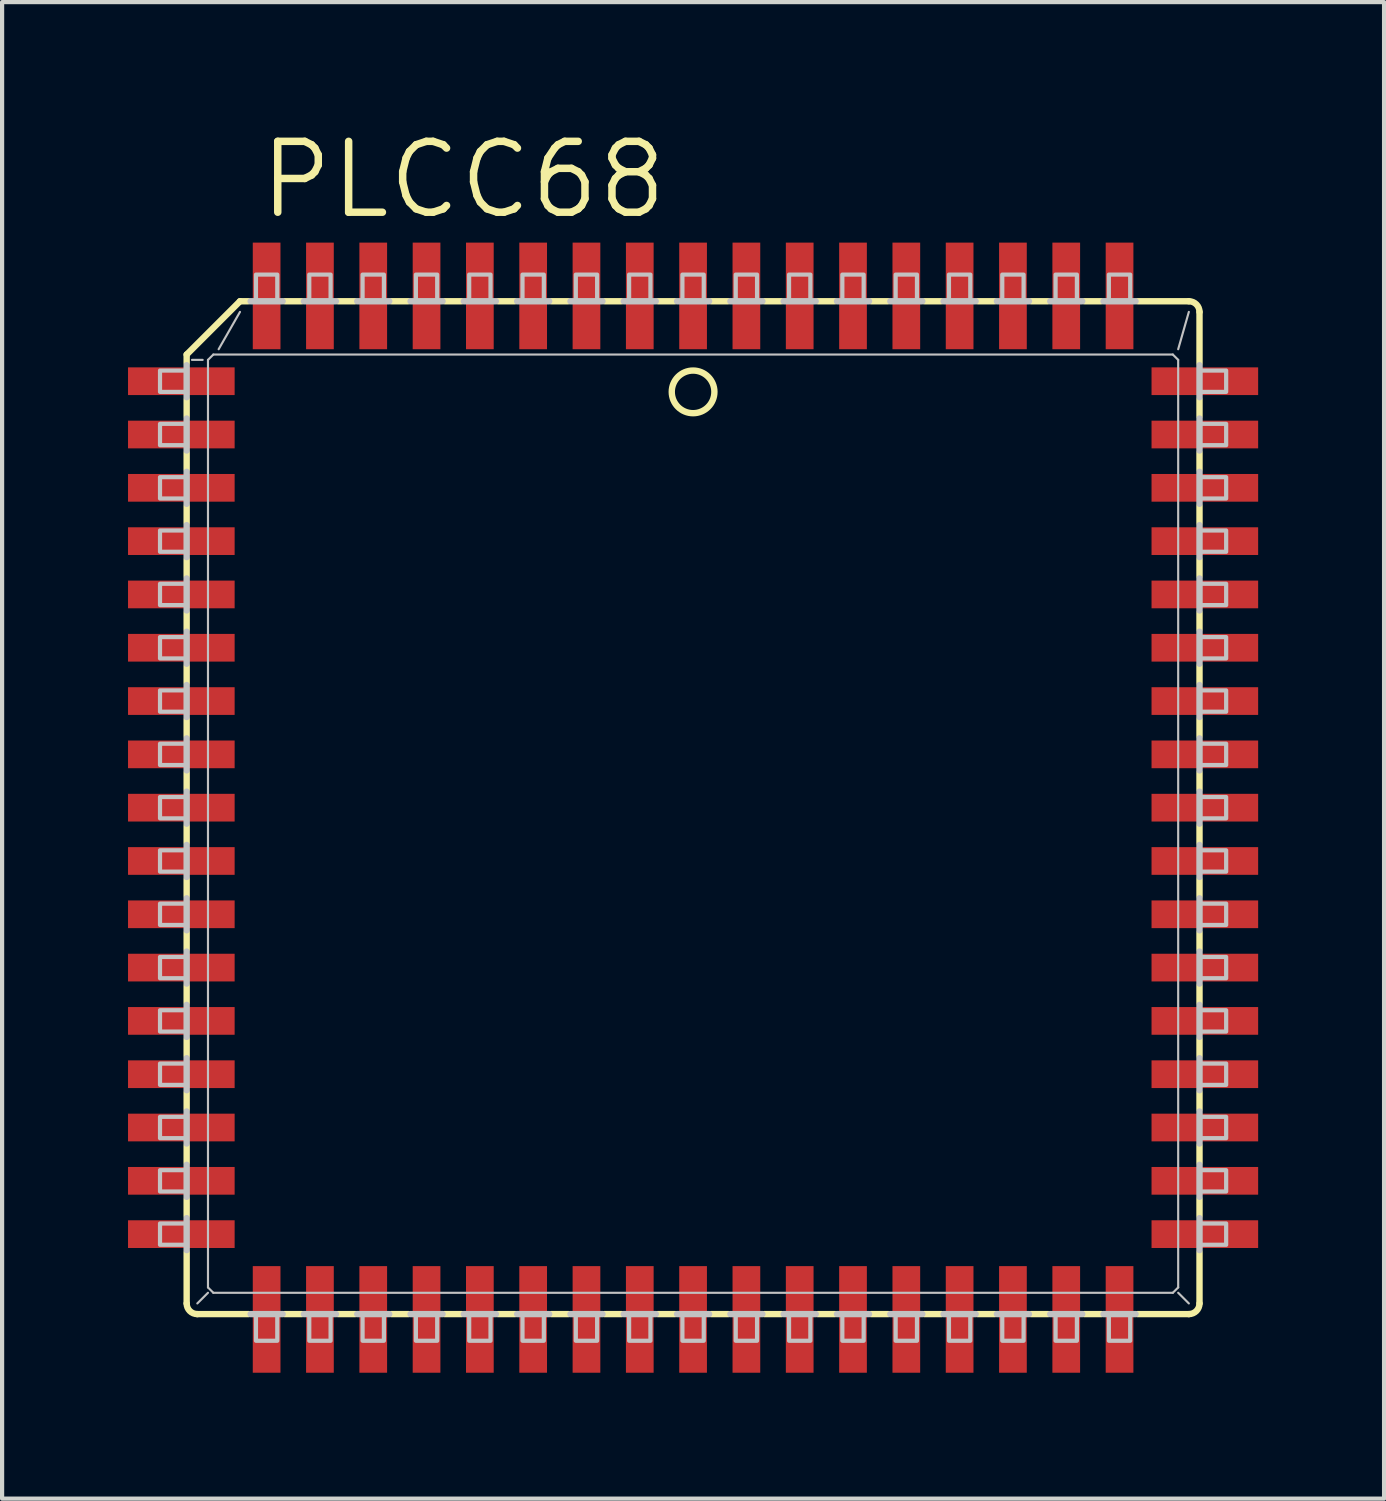
<source format=kicad_pcb>
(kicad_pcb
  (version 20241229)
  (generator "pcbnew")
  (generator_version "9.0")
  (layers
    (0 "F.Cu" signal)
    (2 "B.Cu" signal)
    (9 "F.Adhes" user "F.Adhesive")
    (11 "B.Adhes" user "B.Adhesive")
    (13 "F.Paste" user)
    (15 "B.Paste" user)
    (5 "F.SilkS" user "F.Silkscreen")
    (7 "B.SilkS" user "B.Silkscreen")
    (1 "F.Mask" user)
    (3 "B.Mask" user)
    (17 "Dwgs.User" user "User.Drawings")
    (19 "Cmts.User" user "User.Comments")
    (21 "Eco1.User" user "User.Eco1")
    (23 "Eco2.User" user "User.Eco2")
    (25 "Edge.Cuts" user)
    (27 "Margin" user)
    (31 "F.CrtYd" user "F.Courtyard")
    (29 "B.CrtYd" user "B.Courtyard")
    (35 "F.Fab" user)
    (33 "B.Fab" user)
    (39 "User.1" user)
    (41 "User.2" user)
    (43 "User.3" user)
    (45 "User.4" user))
  (footprint "PLCC68"
    (layer "F.Cu")
    (at 13.462 16.192)
    (property "Reference" "PLCC68" (at -10.414 -13.97 0) (layer "F.SilkS") (effects (font (size 1.689 1.689) (thickness 0.178)) (justify left bottom)))
    (attr through_hole)
    (fp_line (start -12.065 -10.795) (end -12.065 -10.592) (stroke (width 0.152) (type solid)) (layer "F.SilkS"))
    (fp_line (start -12.065 -10.795) (end -10.795 -12.065) (stroke (width 0.152) (type solid)) (layer "F.SilkS"))
    (fp_line (start -12.065 -9.728) (end -12.065 -9.322) (stroke (width 0.152) (type solid)) (layer "F.SilkS"))
    (fp_line (start -12.065 -8.458) (end -12.065 -8.052) (stroke (width 0.152) (type solid)) (layer "F.SilkS"))
    (fp_line (start -12.065 -7.188) (end -12.065 -6.782) (stroke (width 0.152) (type solid)) (layer "F.SilkS"))
    (fp_line (start -12.065 -5.918) (end -12.065 -5.512) (stroke (width 0.152) (type solid)) (layer "F.SilkS"))
    (fp_line (start -12.065 -4.648) (end -12.065 -4.242) (stroke (width 0.152) (type solid)) (layer "F.SilkS"))
    (fp_line (start -12.065 -3.378) (end -12.065 -2.972) (stroke (width 0.152) (type solid)) (layer "F.SilkS"))
    (fp_line (start -12.065 -1.702) (end -12.065 -2.108) (stroke (width 0.152) (type solid)) (layer "F.SilkS"))
    (fp_line (start -12.065 -0.838) (end -12.065 -0.432) (stroke (width 0.152) (type solid)) (layer "F.SilkS"))
    (fp_line (start -12.065 0.838) (end -12.065 0.432) (stroke (width 0.152) (type solid)) (layer "F.SilkS"))
    (fp_line (start -12.065 1.702) (end -12.065 2.108) (stroke (width 0.152) (type solid)) (layer "F.SilkS"))
    (fp_line (start -12.065 3.378) (end -12.065 2.972) (stroke (width 0.152) (type solid)) (layer "F.SilkS"))
    (fp_line (start -12.065 4.242) (end -12.065 4.648) (stroke (width 0.152) (type solid)) (layer "F.SilkS"))
    (fp_line (start -12.065 5.918) (end -12.065 5.512) (stroke (width 0.152) (type solid)) (layer "F.SilkS"))
    (fp_line (start -12.065 6.782) (end -12.065 7.188) (stroke (width 0.152) (type solid)) (layer "F.SilkS"))
    (fp_line (start -12.065 8.458) (end -12.065 8.052) (stroke (width 0.152) (type solid)) (layer "F.SilkS"))
    (fp_line (start -12.065 9.322) (end -12.065 9.728) (stroke (width 0.152) (type solid)) (layer "F.SilkS"))
    (fp_line (start -12.065 11.811) (end -12.065 10.592) (stroke (width 0.152) (type solid)) (layer "F.SilkS"))
    (fp_line (start -11.811 12.065) (end -10.592 12.065) (stroke (width 0.152) (type solid)) (layer "F.SilkS"))
    (fp_line (start -10.795 -12.065) (end -10.592 -12.065) (stroke (width 0.152) (type solid)) (layer "F.SilkS"))
    (fp_line (start -9.728 12.065) (end -9.322 12.065) (stroke (width 0.152) (type solid)) (layer "F.SilkS"))
    (fp_line (start -9.322 -12.065) (end -9.728 -12.065) (stroke (width 0.152) (type solid)) (layer "F.SilkS"))
    (fp_line (start -8.458 -12.065) (end -8.052 -12.065) (stroke (width 0.152) (type solid)) (layer "F.SilkS"))
    (fp_line (start -8.458 12.065) (end -8.052 12.065) (stroke (width 0.152) (type solid)) (layer "F.SilkS"))
    (fp_line (start -7.188 12.065) (end -6.782 12.065) (stroke (width 0.152) (type solid)) (layer "F.SilkS"))
    (fp_line (start -6.782 -12.065) (end -7.188 -12.065) (stroke (width 0.152) (type solid)) (layer "F.SilkS"))
    (fp_line (start -5.918 -12.065) (end -5.512 -12.065) (stroke (width 0.152) (type solid)) (layer "F.SilkS"))
    (fp_line (start -5.918 12.065) (end -5.512 12.065) (stroke (width 0.152) (type solid)) (layer "F.SilkS"))
    (fp_line (start -4.648 12.065) (end -4.242 12.065) (stroke (width 0.152) (type solid)) (layer "F.SilkS"))
    (fp_line (start -4.242 -12.065) (end -4.648 -12.065) (stroke (width 0.152) (type solid)) (layer "F.SilkS"))
    (fp_line (start -3.378 -12.065) (end -2.972 -12.065) (stroke (width 0.152) (type solid)) (layer "F.SilkS"))
    (fp_line (start -3.378 12.065) (end -2.972 12.065) (stroke (width 0.152) (type solid)) (layer "F.SilkS"))
    (fp_line (start -1.702 -12.065) (end -2.108 -12.065) (stroke (width 0.152) (type solid)) (layer "F.SilkS"))
    (fp_line (start -1.702 12.065) (end -2.108 12.065) (stroke (width 0.152) (type solid)) (layer "F.SilkS"))
    (fp_line (start -0.838 -12.065) (end -0.432 -12.065) (stroke (width 0.152) (type solid)) (layer "F.SilkS"))
    (fp_line (start -0.838 12.065) (end -0.432 12.065) (stroke (width 0.152) (type solid)) (layer "F.SilkS"))
    (fp_line (start 0.838 -12.065) (end 0.432 -12.065) (stroke (width 0.152) (type solid)) (layer "F.SilkS"))
    (fp_line (start 0.838 12.065) (end 0.432 12.065) (stroke (width 0.152) (type solid)) (layer "F.SilkS"))
    (fp_line (start 1.702 -12.065) (end 2.108 -12.065) (stroke (width 0.152) (type solid)) (layer "F.SilkS"))
    (fp_line (start 1.702 12.065) (end 2.108 12.065) (stroke (width 0.152) (type solid)) (layer "F.SilkS"))
    (fp_line (start 3.378 -12.065) (end 2.972 -12.065) (stroke (width 0.152) (type solid)) (layer "F.SilkS"))
    (fp_line (start 3.378 12.065) (end 2.972 12.065) (stroke (width 0.152) (type solid)) (layer "F.SilkS"))
    (fp_line (start 4.242 12.065) (end 4.648 12.065) (stroke (width 0.152) (type solid)) (layer "F.SilkS"))
    (fp_line (start 4.648 -12.065) (end 4.242 -12.065) (stroke (width 0.152) (type solid)) (layer "F.SilkS"))
    (fp_line (start 5.918 -12.065) (end 5.512 -12.065) (stroke (width 0.152) (type solid)) (layer "F.SilkS"))
    (fp_line (start 5.918 12.065) (end 5.512 12.065) (stroke (width 0.152) (type solid)) (layer "F.SilkS"))
    (fp_line (start 6.782 12.065) (end 7.188 12.065) (stroke (width 0.152) (type solid)) (layer "F.SilkS"))
    (fp_line (start 7.188 -12.065) (end 6.782 -12.065) (stroke (width 0.152) (type solid)) (layer "F.SilkS"))
    (fp_line (start 8.458 -12.065) (end 8.052 -12.065) (stroke (width 0.152) (type solid)) (layer "F.SilkS"))
    (fp_line (start 8.458 12.065) (end 8.052 12.065) (stroke (width 0.152) (type solid)) (layer "F.SilkS"))
    (fp_line (start 9.322 12.065) (end 9.728 12.065) (stroke (width 0.152) (type solid)) (layer "F.SilkS"))
    (fp_line (start 9.728 -12.065) (end 9.322 -12.065) (stroke (width 0.152) (type solid)) (layer "F.SilkS"))
    (fp_line (start 11.811 -12.065) (end 10.592 -12.065) (stroke (width 0.152) (type solid)) (layer "F.SilkS"))
    (fp_line (start 11.811 12.065) (end 10.592 12.065) (stroke (width 0.152) (type solid)) (layer "F.SilkS"))
    (fp_line (start 12.065 -11.811) (end 12.065 -10.592) (stroke (width 0.152) (type solid)) (layer "F.SilkS"))
    (fp_line (start 12.065 -9.322) (end 12.065 -9.728) (stroke (width 0.152) (type solid)) (layer "F.SilkS"))
    (fp_line (start 12.065 -8.458) (end 12.065 -8.052) (stroke (width 0.152) (type solid)) (layer "F.SilkS"))
    (fp_line (start 12.065 -6.782) (end 12.065 -7.188) (stroke (width 0.152) (type solid)) (layer "F.SilkS"))
    (fp_line (start 12.065 -5.918) (end 12.065 -5.512) (stroke (width 0.152) (type solid)) (layer "F.SilkS"))
    (fp_line (start 12.065 -4.242) (end 12.065 -4.648) (stroke (width 0.152) (type solid)) (layer "F.SilkS"))
    (fp_line (start 12.065 -3.378) (end 12.065 -2.972) (stroke (width 0.152) (type solid)) (layer "F.SilkS"))
    (fp_line (start 12.065 -1.702) (end 12.065 -2.108) (stroke (width 0.152) (type solid)) (layer "F.SilkS"))
    (fp_line (start 12.065 -0.838) (end 12.065 -0.432) (stroke (width 0.152) (type solid)) (layer "F.SilkS"))
    (fp_line (start 12.065 0.838) (end 12.065 0.432) (stroke (width 0.152) (type solid)) (layer "F.SilkS"))
    (fp_line (start 12.065 1.702) (end 12.065 2.108) (stroke (width 0.152) (type solid)) (layer "F.SilkS"))
    (fp_line (start 12.065 3.378) (end 12.065 2.972) (stroke (width 0.152) (type solid)) (layer "F.SilkS"))
    (fp_line (start 12.065 4.648) (end 12.065 4.242) (stroke (width 0.152) (type solid)) (layer "F.SilkS"))
    (fp_line (start 12.065 5.918) (end 12.065 5.512) (stroke (width 0.152) (type solid)) (layer "F.SilkS"))
    (fp_line (start 12.065 7.188) (end 12.065 6.782) (stroke (width 0.152) (type solid)) (layer "F.SilkS"))
    (fp_line (start 12.065 8.458) (end 12.065 8.052) (stroke (width 0.152) (type solid)) (layer "F.SilkS"))
    (fp_line (start 12.065 9.728) (end 12.065 9.322) (stroke (width 0.152) (type solid)) (layer "F.SilkS"))
    (fp_line (start 12.065 11.811) (end 12.065 10.592) (stroke (width 0.152) (type solid)) (layer "F.SilkS"))
    (fp_arc (start -11.811 12.065) (mid -11.990605 11.990605) (end -12.065 11.811) (stroke (width 0.1524) (type solid)) (layer "F.SilkS"))
    (fp_arc (start 11.811 -12.065) (mid 11.990605 -11.990605) (end 12.065 -11.811) (stroke (width 0.1524) (type solid)) (layer "F.SilkS"))
    (fp_arc (start 12.065 11.811) (mid 11.990605 11.990605) (end 11.811 12.065) (stroke (width 0.1524) (type solid)) (layer "F.SilkS"))
    (fp_circle (center 0 -9.906) (end 0.508 -9.906) (stroke (width 0.152) (type solid)) (fill no) (layer "F.SilkS"))
    (fp_line (start -12.065 -10.541) (end -12.065 -9.779) (stroke (width 0.152) (type solid)) (layer "Dwgs.User"))
    (fp_line (start -12.065 -9.271) (end -12.065 -8.509) (stroke (width 0.152) (type solid)) (layer "Dwgs.User"))
    (fp_line (start -12.065 -8.001) (end -12.065 -7.239) (stroke (width 0.152) (type solid)) (layer "Dwgs.User"))
    (fp_line (start -12.065 -6.731) (end -12.065 -5.969) (stroke (width 0.152) (type solid)) (layer "Dwgs.User"))
    (fp_line (start -12.065 -5.461) (end -12.065 -4.699) (stroke (width 0.152) (type solid)) (layer "Dwgs.User"))
    (fp_line (start -12.065 -4.191) (end -12.065 -3.429) (stroke (width 0.152) (type solid)) (layer "Dwgs.User"))
    (fp_line (start -12.065 -2.921) (end -12.065 -2.159) (stroke (width 0.152) (type solid)) (layer "Dwgs.User"))
    (fp_line (start -12.065 -1.651) (end -12.065 -0.889) (stroke (width 0.152) (type solid)) (layer "Dwgs.User"))
    (fp_line (start -12.065 -0.381) (end -12.065 0.381) (stroke (width 0.152) (type solid)) (layer "Dwgs.User"))
    (fp_line (start -12.065 0.889) (end -12.065 1.651) (stroke (width 0.152) (type solid)) (layer "Dwgs.User"))
    (fp_line (start -12.065 2.159) (end -12.065 2.921) (stroke (width 0.152) (type solid)) (layer "Dwgs.User"))
    (fp_line (start -12.065 3.429) (end -12.065 4.191) (stroke (width 0.152) (type solid)) (layer "Dwgs.User"))
    (fp_line (start -12.065 4.699) (end -12.065 5.461) (stroke (width 0.152) (type solid)) (layer "Dwgs.User"))
    (fp_line (start -12.065 5.969) (end -12.065 6.731) (stroke (width 0.152) (type solid)) (layer "Dwgs.User"))
    (fp_line (start -12.065 7.239) (end -12.065 8.001) (stroke (width 0.152) (type solid)) (layer "Dwgs.User"))
    (fp_line (start -12.065 8.509) (end -12.065 9.271) (stroke (width 0.152) (type solid)) (layer "Dwgs.User"))
    (fp_line (start -12.065 9.779) (end -12.065 10.541) (stroke (width 0.152) (type solid)) (layer "Dwgs.User"))
    (fp_line (start -11.684 -10.668) (end -11.938 -10.668) (stroke (width 0.051) (type solid)) (layer "Dwgs.User"))
    (fp_line (start -11.557 11.43) (end -11.557 -10.668) (stroke (width 0.051) (type solid)) (layer "Dwgs.User"))
    (fp_line (start -11.557 11.43) (end -11.43 11.557) (stroke (width 0.051) (type solid)) (layer "Dwgs.User"))
    (fp_line (start -11.557 11.557) (end -11.811 11.811) (stroke (width 0.051) (type solid)) (layer "Dwgs.User"))
    (fp_line (start -11.43 -10.795) (end -11.557 -10.668) (stroke (width 0.051) (type solid)) (layer "Dwgs.User"))
    (fp_line (start -11.43 -10.795) (end 11.43 -10.795) (stroke (width 0.051) (type solid)) (layer "Dwgs.User"))
    (fp_line (start -11.303 -10.922) (end -10.795 -11.811) (stroke (width 0.051) (type solid)) (layer "Dwgs.User"))
    (fp_line (start -10.541 12.065) (end -9.779 12.065) (stroke (width 0.152) (type solid)) (layer "Dwgs.User"))
    (fp_line (start -9.779 -12.065) (end -10.541 -12.065) (stroke (width 0.152) (type solid)) (layer "Dwgs.User"))
    (fp_line (start -9.271 12.065) (end -8.509 12.065) (stroke (width 0.152) (type solid)) (layer "Dwgs.User"))
    (fp_line (start -8.509 -12.065) (end -9.271 -12.065) (stroke (width 0.152) (type solid)) (layer "Dwgs.User"))
    (fp_line (start -8.001 12.065) (end -7.239 12.065) (stroke (width 0.152) (type solid)) (layer "Dwgs.User"))
    (fp_line (start -7.239 -12.065) (end -8.001 -12.065) (stroke (width 0.152) (type solid)) (layer "Dwgs.User"))
    (fp_line (start -6.731 12.065) (end -5.969 12.065) (stroke (width 0.152) (type solid)) (layer "Dwgs.User"))
    (fp_line (start -5.969 -12.065) (end -6.731 -12.065) (stroke (width 0.152) (type solid)) (layer "Dwgs.User"))
    (fp_line (start -5.461 12.065) (end -4.699 12.065) (stroke (width 0.152) (type solid)) (layer "Dwgs.User"))
    (fp_line (start -4.699 -12.065) (end -5.461 -12.065) (stroke (width 0.152) (type solid)) (layer "Dwgs.User"))
    (fp_line (start -4.191 12.065) (end -3.429 12.065) (stroke (width 0.152) (type solid)) (layer "Dwgs.User"))
    (fp_line (start -3.429 -12.065) (end -4.191 -12.065) (stroke (width 0.152) (type solid)) (layer "Dwgs.User"))
    (fp_line (start -2.921 12.065) (end -2.159 12.065) (stroke (width 0.152) (type solid)) (layer "Dwgs.User"))
    (fp_line (start -2.159 -12.065) (end -2.921 -12.065) (stroke (width 0.152) (type solid)) (layer "Dwgs.User"))
    (fp_line (start -1.651 12.065) (end -0.889 12.065) (stroke (width 0.152) (type solid)) (layer "Dwgs.User"))
    (fp_line (start -0.889 -12.065) (end -1.651 -12.065) (stroke (width 0.152) (type solid)) (layer "Dwgs.User"))
    (fp_line (start -0.381 12.065) (end 0.381 12.065) (stroke (width 0.152) (type solid)) (layer "Dwgs.User"))
    (fp_line (start 0.381 -12.065) (end -0.381 -12.065) (stroke (width 0.152) (type solid)) (layer "Dwgs.User"))
    (fp_line (start 0.889 12.065) (end 1.651 12.065) (stroke (width 0.152) (type solid)) (layer "Dwgs.User"))
    (fp_line (start 1.651 -12.065) (end 0.889 -12.065) (stroke (width 0.152) (type solid)) (layer "Dwgs.User"))
    (fp_line (start 2.159 12.065) (end 2.921 12.065) (stroke (width 0.152) (type solid)) (layer "Dwgs.User"))
    (fp_line (start 2.921 -12.065) (end 2.159 -12.065) (stroke (width 0.152) (type solid)) (layer "Dwgs.User"))
    (fp_line (start 3.429 12.065) (end 4.191 12.065) (stroke (width 0.152) (type solid)) (layer "Dwgs.User"))
    (fp_line (start 4.191 -12.065) (end 3.429 -12.065) (stroke (width 0.152) (type solid)) (layer "Dwgs.User"))
    (fp_line (start 4.699 12.065) (end 5.461 12.065) (stroke (width 0.152) (type solid)) (layer "Dwgs.User"))
    (fp_line (start 5.461 -12.065) (end 4.699 -12.065) (stroke (width 0.152) (type solid)) (layer "Dwgs.User"))
    (fp_line (start 5.969 12.065) (end 6.731 12.065) (stroke (width 0.152) (type solid)) (layer "Dwgs.User"))
    (fp_line (start 6.731 -12.065) (end 5.969 -12.065) (stroke (width 0.152) (type solid)) (layer "Dwgs.User"))
    (fp_line (start 7.239 12.065) (end 8.001 12.065) (stroke (width 0.152) (type solid)) (layer "Dwgs.User"))
    (fp_line (start 8.001 -12.065) (end 7.239 -12.065) (stroke (width 0.152) (type solid)) (layer "Dwgs.User"))
    (fp_line (start 8.509 12.065) (end 9.271 12.065) (stroke (width 0.152) (type solid)) (layer "Dwgs.User"))
    (fp_line (start 9.271 -12.065) (end 8.509 -12.065) (stroke (width 0.152) (type solid)) (layer "Dwgs.User"))
    (fp_line (start 9.779 12.065) (end 10.541 12.065) (stroke (width 0.152) (type solid)) (layer "Dwgs.User"))
    (fp_line (start 10.541 -12.065) (end 9.779 -12.065) (stroke (width 0.152) (type solid)) (layer "Dwgs.User"))
    (fp_line (start 11.43 11.557) (end -11.43 11.557) (stroke (width 0.051) (type solid)) (layer "Dwgs.User"))
    (fp_line (start 11.43 11.557) (end 11.557 11.43) (stroke (width 0.051) (type solid)) (layer "Dwgs.User"))
    (fp_line (start 11.557 -10.668) (end 11.43 -10.795) (stroke (width 0.051) (type solid)) (layer "Dwgs.User"))
    (fp_line (start 11.557 -10.668) (end 11.557 11.43) (stroke (width 0.051) (type solid)) (layer "Dwgs.User"))
    (fp_line (start 11.557 11.557) (end 11.811 11.811) (stroke (width 0.051) (type solid)) (layer "Dwgs.User"))
    (fp_line (start 11.811 -11.811) (end 11.557 -10.922) (stroke (width 0.051) (type solid)) (layer "Dwgs.User"))
    (fp_line (start 12.065 -9.779) (end 12.065 -10.541) (stroke (width 0.152) (type solid)) (layer "Dwgs.User"))
    (fp_line (start 12.065 -8.509) (end 12.065 -9.271) (stroke (width 0.152) (type solid)) (layer "Dwgs.User"))
    (fp_line (start 12.065 -7.239) (end 12.065 -8.001) (stroke (width 0.152) (type solid)) (layer "Dwgs.User"))
    (fp_line (start 12.065 -5.969) (end 12.065 -6.731) (stroke (width 0.152) (type solid)) (layer "Dwgs.User"))
    (fp_line (start 12.065 -4.699) (end 12.065 -5.461) (stroke (width 0.152) (type solid)) (layer "Dwgs.User"))
    (fp_line (start 12.065 -3.429) (end 12.065 -4.191) (stroke (width 0.152) (type solid)) (layer "Dwgs.User"))
    (fp_line (start 12.065 -2.159) (end 12.065 -2.921) (stroke (width 0.152) (type solid)) (layer "Dwgs.User"))
    (fp_line (start 12.065 -0.889) (end 12.065 -1.651) (stroke (width 0.152) (type solid)) (layer "Dwgs.User"))
    (fp_line (start 12.065 0.381) (end 12.065 -0.381) (stroke (width 0.152) (type solid)) (layer "Dwgs.User"))
    (fp_line (start 12.065 1.651) (end 12.065 0.889) (stroke (width 0.152) (type solid)) (layer "Dwgs.User"))
    (fp_line (start 12.065 2.921) (end 12.065 2.159) (stroke (width 0.152) (type solid)) (layer "Dwgs.User"))
    (fp_line (start 12.065 4.191) (end 12.065 3.429) (stroke (width 0.152) (type solid)) (layer "Dwgs.User"))
    (fp_line (start 12.065 5.461) (end 12.065 4.699) (stroke (width 0.152) (type solid)) (layer "Dwgs.User"))
    (fp_line (start 12.065 6.731) (end 12.065 5.969) (stroke (width 0.152) (type solid)) (layer "Dwgs.User"))
    (fp_line (start 12.065 8.001) (end 12.065 7.239) (stroke (width 0.152) (type solid)) (layer "Dwgs.User"))
    (fp_line (start 12.065 9.271) (end 12.065 8.509) (stroke (width 0.152) (type solid)) (layer "Dwgs.User"))
    (fp_line (start 12.065 10.541) (end 12.065 9.779) (stroke (width 0.152) (type solid)) (layer "Dwgs.User"))
    (fp_poly (pts (xy -12.7 -9.906) (xy -12.065 -9.906) (xy -12.065 -10.414) (xy -12.7 -10.414)) (stroke (width 0.1) (type solid)) (fill no) (layer "Dwgs.User"))
    (fp_poly (pts (xy -12.7 -8.636) (xy -12.065 -8.636) (xy -12.065 -9.144) (xy -12.7 -9.144)) (stroke (width 0.1) (type solid)) (fill no) (layer "Dwgs.User"))
    (fp_poly (pts (xy -12.7 -7.366) (xy -12.065 -7.366) (xy -12.065 -7.874) (xy -12.7 -7.874)) (stroke (width 0.1) (type solid)) (fill no) (layer "Dwgs.User"))
    (fp_poly (pts (xy -12.7 -6.096) (xy -12.065 -6.096) (xy -12.065 -6.604) (xy -12.7 -6.604)) (stroke (width 0.1) (type solid)) (fill no) (layer "Dwgs.User"))
    (fp_poly (pts (xy -12.7 -4.826) (xy -12.065 -4.826) (xy -12.065 -5.334) (xy -12.7 -5.334)) (stroke (width 0.1) (type solid)) (fill no) (layer "Dwgs.User"))
    (fp_poly (pts (xy -12.7 -3.556) (xy -12.065 -3.556) (xy -12.065 -4.064) (xy -12.7 -4.064)) (stroke (width 0.1) (type solid)) (fill no) (layer "Dwgs.User"))
    (fp_poly (pts (xy -12.7 -2.286) (xy -12.065 -2.286) (xy -12.065 -2.794) (xy -12.7 -2.794)) (stroke (width 0.1) (type solid)) (fill no) (layer "Dwgs.User"))
    (fp_poly (pts (xy -12.7 -1.016) (xy -12.065 -1.016) (xy -12.065 -1.524) (xy -12.7 -1.524)) (stroke (width 0.1) (type solid)) (fill no) (layer "Dwgs.User"))
    (fp_poly (pts (xy -12.7 0.254) (xy -12.065 0.254) (xy -12.065 -0.254) (xy -12.7 -0.254)) (stroke (width 0.1) (type solid)) (fill no) (layer "Dwgs.User"))
    (fp_poly (pts (xy -12.7 1.524) (xy -12.065 1.524) (xy -12.065 1.016) (xy -12.7 1.016)) (stroke (width 0.1) (type solid)) (fill no) (layer "Dwgs.User"))
    (fp_poly (pts (xy -12.7 2.794) (xy -12.065 2.794) (xy -12.065 2.286) (xy -12.7 2.286)) (stroke (width 0.1) (type solid)) (fill no) (layer "Dwgs.User"))
    (fp_poly (pts (xy -12.7 4.064) (xy -12.065 4.064) (xy -12.065 3.556) (xy -12.7 3.556)) (stroke (width 0.1) (type solid)) (fill no) (layer "Dwgs.User"))
    (fp_poly (pts (xy -12.7 5.334) (xy -12.065 5.334) (xy -12.065 4.826) (xy -12.7 4.826)) (stroke (width 0.1) (type solid)) (fill no) (layer "Dwgs.User"))
    (fp_poly (pts (xy -12.7 6.604) (xy -12.065 6.604) (xy -12.065 6.096) (xy -12.7 6.096)) (stroke (width 0.1) (type solid)) (fill no) (layer "Dwgs.User"))
    (fp_poly (pts (xy -12.7 7.874) (xy -12.065 7.874) (xy -12.065 7.366) (xy -12.7 7.366)) (stroke (width 0.1) (type solid)) (fill no) (layer "Dwgs.User"))
    (fp_poly (pts (xy -12.7 9.144) (xy -12.065 9.144) (xy -12.065 8.636) (xy -12.7 8.636)) (stroke (width 0.1) (type solid)) (fill no) (layer "Dwgs.User"))
    (fp_poly (pts (xy -12.7 10.414) (xy -12.065 10.414) (xy -12.065 9.906) (xy -12.7 9.906)) (stroke (width 0.1) (type solid)) (fill no) (layer "Dwgs.User"))
    (fp_poly (pts (xy -10.414 -12.065) (xy -9.906 -12.065) (xy -9.906 -12.7) (xy -10.414 -12.7)) (stroke (width 0.1) (type solid)) (fill no) (layer "Dwgs.User"))
    (fp_poly (pts (xy -10.414 12.7) (xy -9.906 12.7) (xy -9.906 12.065) (xy -10.414 12.065)) (stroke (width 0.1) (type solid)) (fill no) (layer "Dwgs.User"))
    (fp_poly (pts (xy -9.144 -12.065) (xy -8.636 -12.065) (xy -8.636 -12.7) (xy -9.144 -12.7)) (stroke (width 0.1) (type solid)) (fill no) (layer "Dwgs.User"))
    (fp_poly (pts (xy -9.144 12.7) (xy -8.636 12.7) (xy -8.636 12.065) (xy -9.144 12.065)) (stroke (width 0.1) (type solid)) (fill no) (layer "Dwgs.User"))
    (fp_poly (pts (xy -7.874 -12.065) (xy -7.366 -12.065) (xy -7.366 -12.7) (xy -7.874 -12.7)) (stroke (width 0.1) (type solid)) (fill no) (layer "Dwgs.User"))
    (fp_poly (pts (xy -7.874 12.7) (xy -7.366 12.7) (xy -7.366 12.065) (xy -7.874 12.065)) (stroke (width 0.1) (type solid)) (fill no) (layer "Dwgs.User"))
    (fp_poly (pts (xy -6.604 -12.065) (xy -6.096 -12.065) (xy -6.096 -12.7) (xy -6.604 -12.7)) (stroke (width 0.1) (type solid)) (fill no) (layer "Dwgs.User"))
    (fp_poly (pts (xy -6.604 12.7) (xy -6.096 12.7) (xy -6.096 12.065) (xy -6.604 12.065)) (stroke (width 0.1) (type solid)) (fill no) (layer "Dwgs.User"))
    (fp_poly (pts (xy -5.334 -12.065) (xy -4.826 -12.065) (xy -4.826 -12.7) (xy -5.334 -12.7)) (stroke (width 0.1) (type solid)) (fill no) (layer "Dwgs.User"))
    (fp_poly (pts (xy -5.334 12.7) (xy -4.826 12.7) (xy -4.826 12.065) (xy -5.334 12.065)) (stroke (width 0.1) (type solid)) (fill no) (layer "Dwgs.User"))
    (fp_poly (pts (xy -4.064 -12.065) (xy -3.556 -12.065) (xy -3.556 -12.7) (xy -4.064 -12.7)) (stroke (width 0.1) (type solid)) (fill no) (layer "Dwgs.User"))
    (fp_poly (pts (xy -4.064 12.7) (xy -3.556 12.7) (xy -3.556 12.065) (xy -4.064 12.065)) (stroke (width 0.1) (type solid)) (fill no) (layer "Dwgs.User"))
    (fp_poly (pts (xy -2.794 -12.065) (xy -2.286 -12.065) (xy -2.286 -12.7) (xy -2.794 -12.7)) (stroke (width 0.1) (type solid)) (fill no) (layer "Dwgs.User"))
    (fp_poly (pts (xy -2.794 12.7) (xy -2.286 12.7) (xy -2.286 12.065) (xy -2.794 12.065)) (stroke (width 0.1) (type solid)) (fill no) (layer "Dwgs.User"))
    (fp_poly (pts (xy -1.524 -12.065) (xy -1.016 -12.065) (xy -1.016 -12.7) (xy -1.524 -12.7)) (stroke (width 0.1) (type solid)) (fill no) (layer "Dwgs.User"))
    (fp_poly (pts (xy -1.524 12.7) (xy -1.016 12.7) (xy -1.016 12.065) (xy -1.524 12.065)) (stroke (width 0.1) (type solid)) (fill no) (layer "Dwgs.User"))
    (fp_poly (pts (xy -0.254 -12.065) (xy 0.254 -12.065) (xy 0.254 -12.7) (xy -0.254 -12.7)) (stroke (width 0.1) (type solid)) (fill no) (layer "Dwgs.User"))
    (fp_poly (pts (xy -0.254 12.7) (xy 0.254 12.7) (xy 0.254 12.065) (xy -0.254 12.065)) (stroke (width 0.1) (type solid)) (fill no) (layer "Dwgs.User"))
    (fp_poly (pts (xy 1.016 -12.065) (xy 1.524 -12.065) (xy 1.524 -12.7) (xy 1.016 -12.7)) (stroke (width 0.1) (type solid)) (fill no) (layer "Dwgs.User"))
    (fp_poly (pts (xy 1.016 12.7) (xy 1.524 12.7) (xy 1.524 12.065) (xy 1.016 12.065)) (stroke (width 0.1) (type solid)) (fill no) (layer "Dwgs.User"))
    (fp_poly (pts (xy 2.286 -12.065) (xy 2.794 -12.065) (xy 2.794 -12.7) (xy 2.286 -12.7)) (stroke (width 0.1) (type solid)) (fill no) (layer "Dwgs.User"))
    (fp_poly (pts (xy 2.286 12.7) (xy 2.794 12.7) (xy 2.794 12.065) (xy 2.286 12.065)) (stroke (width 0.1) (type solid)) (fill no) (layer "Dwgs.User"))
    (fp_poly (pts (xy 3.556 -12.065) (xy 4.064 -12.065) (xy 4.064 -12.7) (xy 3.556 -12.7)) (stroke (width 0.1) (type solid)) (fill no) (layer "Dwgs.User"))
    (fp_poly (pts (xy 3.556 12.7) (xy 4.064 12.7) (xy 4.064 12.065) (xy 3.556 12.065)) (stroke (width 0.1) (type solid)) (fill no) (layer "Dwgs.User"))
    (fp_poly (pts (xy 4.826 -12.065) (xy 5.334 -12.065) (xy 5.334 -12.7) (xy 4.826 -12.7)) (stroke (width 0.1) (type solid)) (fill no) (layer "Dwgs.User"))
    (fp_poly (pts (xy 4.826 12.7) (xy 5.334 12.7) (xy 5.334 12.065) (xy 4.826 12.065)) (stroke (width 0.1) (type solid)) (fill no) (layer "Dwgs.User"))
    (fp_poly (pts (xy 6.096 -12.065) (xy 6.604 -12.065) (xy 6.604 -12.7) (xy 6.096 -12.7)) (stroke (width 0.1) (type solid)) (fill no) (layer "Dwgs.User"))
    (fp_poly (pts (xy 6.096 12.7) (xy 6.604 12.7) (xy 6.604 12.065) (xy 6.096 12.065)) (stroke (width 0.1) (type solid)) (fill no) (layer "Dwgs.User"))
    (fp_poly (pts (xy 7.366 -12.065) (xy 7.874 -12.065) (xy 7.874 -12.7) (xy 7.366 -12.7)) (stroke (width 0.1) (type solid)) (fill no) (layer "Dwgs.User"))
    (fp_poly (pts (xy 7.366 12.7) (xy 7.874 12.7) (xy 7.874 12.065) (xy 7.366 12.065)) (stroke (width 0.1) (type solid)) (fill no) (layer "Dwgs.User"))
    (fp_poly (pts (xy 8.636 -12.065) (xy 9.144 -12.065) (xy 9.144 -12.7) (xy 8.636 -12.7)) (stroke (width 0.1) (type solid)) (fill no) (layer "Dwgs.User"))
    (fp_poly (pts (xy 8.636 12.7) (xy 9.144 12.7) (xy 9.144 12.065) (xy 8.636 12.065)) (stroke (width 0.1) (type solid)) (fill no) (layer "Dwgs.User"))
    (fp_poly (pts (xy 9.906 -12.065) (xy 10.414 -12.065) (xy 10.414 -12.7) (xy 9.906 -12.7)) (stroke (width 0.1) (type solid)) (fill no) (layer "Dwgs.User"))
    (fp_poly (pts (xy 9.906 12.7) (xy 10.414 12.7) (xy 10.414 12.065) (xy 9.906 12.065)) (stroke (width 0.1) (type solid)) (fill no) (layer "Dwgs.User"))
    (fp_poly (pts (xy 12.065 -9.906) (xy 12.7 -9.906) (xy 12.7 -10.414) (xy 12.065 -10.414)) (stroke (width 0.1) (type solid)) (fill no) (layer "Dwgs.User"))
    (fp_poly (pts (xy 12.065 -8.636) (xy 12.7 -8.636) (xy 12.7 -9.144) (xy 12.065 -9.144)) (stroke (width 0.1) (type solid)) (fill no) (layer "Dwgs.User"))
    (fp_poly (pts (xy 12.065 -7.366) (xy 12.7 -7.366) (xy 12.7 -7.874) (xy 12.065 -7.874)) (stroke (width 0.1) (type solid)) (fill no) (layer "Dwgs.User"))
    (fp_poly (pts (xy 12.065 -6.096) (xy 12.7 -6.096) (xy 12.7 -6.604) (xy 12.065 -6.604)) (stroke (width 0.1) (type solid)) (fill no) (layer "Dwgs.User"))
    (fp_poly (pts (xy 12.065 -4.826) (xy 12.7 -4.826) (xy 12.7 -5.334) (xy 12.065 -5.334)) (stroke (width 0.1) (type solid)) (fill no) (layer "Dwgs.User"))
    (fp_poly (pts (xy 12.065 -3.556) (xy 12.7 -3.556) (xy 12.7 -4.064) (xy 12.065 -4.064)) (stroke (width 0.1) (type solid)) (fill no) (layer "Dwgs.User"))
    (fp_poly (pts (xy 12.065 -2.286) (xy 12.7 -2.286) (xy 12.7 -2.794) (xy 12.065 -2.794)) (stroke (width 0.1) (type solid)) (fill no) (layer "Dwgs.User"))
    (fp_poly (pts (xy 12.065 -1.016) (xy 12.7 -1.016) (xy 12.7 -1.524) (xy 12.065 -1.524)) (stroke (width 0.1) (type solid)) (fill no) (layer "Dwgs.User"))
    (fp_poly (pts (xy 12.065 0.254) (xy 12.7 0.254) (xy 12.7 -0.254) (xy 12.065 -0.254)) (stroke (width 0.1) (type solid)) (fill no) (layer "Dwgs.User"))
    (fp_poly (pts (xy 12.065 1.524) (xy 12.7 1.524) (xy 12.7 1.016) (xy 12.065 1.016)) (stroke (width 0.1) (type solid)) (fill no) (layer "Dwgs.User"))
    (fp_poly (pts (xy 12.065 2.794) (xy 12.7 2.794) (xy 12.7 2.286) (xy 12.065 2.286)) (stroke (width 0.1) (type solid)) (fill no) (layer "Dwgs.User"))
    (fp_poly (pts (xy 12.065 4.064) (xy 12.7 4.064) (xy 12.7 3.556) (xy 12.065 3.556)) (stroke (width 0.1) (type solid)) (fill no) (layer "Dwgs.User"))
    (fp_poly (pts (xy 12.065 5.334) (xy 12.7 5.334) (xy 12.7 4.826) (xy 12.065 4.826)) (stroke (width 0.1) (type solid)) (fill no) (layer "Dwgs.User"))
    (fp_poly (pts (xy 12.065 6.604) (xy 12.7 6.604) (xy 12.7 6.096) (xy 12.065 6.096)) (stroke (width 0.1) (type solid)) (fill no) (layer "Dwgs.User"))
    (fp_poly (pts (xy 12.065 7.874) (xy 12.7 7.874) (xy 12.7 7.366) (xy 12.065 7.366)) (stroke (width 0.1) (type solid)) (fill no) (layer "Dwgs.User"))
    (fp_poly (pts (xy 12.065 9.144) (xy 12.7 9.144) (xy 12.7 8.636) (xy 12.065 8.636)) (stroke (width 0.1) (type solid)) (fill no) (layer "Dwgs.User"))
    (fp_poly (pts (xy 12.065 10.414) (xy 12.7 10.414) (xy 12.7 9.906) (xy 12.065 9.906)) (stroke (width 0.1) (type solid)) (fill no) (layer "Dwgs.User"))
    (pad "1" smd rect (at 0 -12.192) (size 0.66 2.54) (layers "F.Cu" "F.Mask" "F.Paste"))
    (pad "2" smd rect (at -1.27 -12.192) (size 0.66 2.54) (layers "F.Cu" "F.Mask" "F.Paste"))
    (pad "3" smd rect (at -2.54 -12.192) (size 0.66 2.54) (layers "F.Cu" "F.Mask" "F.Paste"))
    (pad "4" smd rect (at -3.81 -12.192) (size 0.66 2.54) (layers "F.Cu" "F.Mask" "F.Paste"))
    (pad "5" smd rect (at -5.08 -12.192) (size 0.66 2.54) (layers "F.Cu" "F.Mask" "F.Paste"))
    (pad "6" smd rect (at -6.35 -12.192) (size 0.66 2.54) (layers "F.Cu" "F.Mask" "F.Paste"))
    (pad "7" smd rect (at -7.62 -12.192) (size 0.66 2.54) (layers "F.Cu" "F.Mask" "F.Paste"))
    (pad "8" smd rect (at -8.89 -12.192) (size 0.66 2.54) (layers "F.Cu" "F.Mask" "F.Paste"))
    (pad "9" smd rect (at -10.16 -12.192) (size 0.66 2.54) (layers "F.Cu" "F.Mask" "F.Paste"))
    (pad "10" smd rect (at -12.192 -10.16) (size 2.54 0.66) (layers "F.Cu" "F.Mask" "F.Paste"))
    (pad "11" smd rect (at -12.192 -8.89) (size 2.54 0.66) (layers "F.Cu" "F.Mask" "F.Paste"))
    (pad "12" smd rect (at -12.192 -7.62) (size 2.54 0.66) (layers "F.Cu" "F.Mask" "F.Paste"))
    (pad "13" smd rect (at -12.192 -6.35) (size 2.54 0.66) (layers "F.Cu" "F.Mask" "F.Paste"))
    (pad "14" smd rect (at -12.192 -5.08) (size 2.54 0.66) (layers "F.Cu" "F.Mask" "F.Paste"))
    (pad "15" smd rect (at -12.192 -3.81) (size 2.54 0.66) (layers "F.Cu" "F.Mask" "F.Paste"))
    (pad "16" smd rect (at -12.192 -2.54) (size 2.54 0.66) (layers "F.Cu" "F.Mask" "F.Paste"))
    (pad "17" smd rect (at -12.192 -1.27) (size 2.54 0.66) (layers "F.Cu" "F.Mask" "F.Paste"))
    (pad "18" smd rect (at -12.192 0) (size 2.54 0.66) (layers "F.Cu" "F.Mask" "F.Paste"))
    (pad "19" smd rect (at -12.192 1.27) (size 2.54 0.66) (layers "F.Cu" "F.Mask" "F.Paste"))
    (pad "20" smd rect (at -12.192 2.54) (size 2.54 0.66) (layers "F.Cu" "F.Mask" "F.Paste"))
    (pad "21" smd rect (at -12.192 3.81) (size 2.54 0.66) (layers "F.Cu" "F.Mask" "F.Paste"))
    (pad "22" smd rect (at -12.192 5.08) (size 2.54 0.66) (layers "F.Cu" "F.Mask" "F.Paste"))
    (pad "23" smd rect (at -12.192 6.35) (size 2.54 0.66) (layers "F.Cu" "F.Mask" "F.Paste"))
    (pad "24" smd rect (at -12.192 7.62) (size 2.54 0.66) (layers "F.Cu" "F.Mask" "F.Paste"))
    (pad "25" smd rect (at -12.192 8.89) (size 2.54 0.66) (layers "F.Cu" "F.Mask" "F.Paste"))
    (pad "26" smd rect (at -12.192 10.16) (size 2.54 0.66) (layers "F.Cu" "F.Mask" "F.Paste"))
    (pad "27" smd rect (at -10.16 12.192) (size 0.66 2.54) (layers "F.Cu" "F.Mask" "F.Paste"))
    (pad "28" smd rect (at -8.89 12.192) (size 0.66 2.54) (layers "F.Cu" "F.Mask" "F.Paste"))
    (pad "29" smd rect (at -7.62 12.192) (size 0.66 2.54) (layers "F.Cu" "F.Mask" "F.Paste"))
    (pad "30" smd rect (at -6.35 12.192) (size 0.66 2.54) (layers "F.Cu" "F.Mask" "F.Paste"))
    (pad "31" smd rect (at -5.08 12.192) (size 0.66 2.54) (layers "F.Cu" "F.Mask" "F.Paste"))
    (pad "32" smd rect (at -3.81 12.192) (size 0.66 2.54) (layers "F.Cu" "F.Mask" "F.Paste"))
    (pad "33" smd rect (at -2.54 12.192) (size 0.66 2.54) (layers "F.Cu" "F.Mask" "F.Paste"))
    (pad "34" smd rect (at -1.27 12.192) (size 0.66 2.54) (layers "F.Cu" "F.Mask" "F.Paste"))
    (pad "35" smd rect (at 0 12.192) (size 0.66 2.54) (layers "F.Cu" "F.Mask" "F.Paste"))
    (pad "36" smd rect (at 1.27 12.192) (size 0.66 2.54) (layers "F.Cu" "F.Mask" "F.Paste"))
    (pad "37" smd rect (at 2.54 12.192) (size 0.66 2.54) (layers "F.Cu" "F.Mask" "F.Paste"))
    (pad "38" smd rect (at 3.81 12.192) (size 0.66 2.54) (layers "F.Cu" "F.Mask" "F.Paste"))
    (pad "39" smd rect (at 5.08 12.192) (size 0.66 2.54) (layers "F.Cu" "F.Mask" "F.Paste"))
    (pad "40" smd rect (at 6.35 12.192) (size 0.66 2.54) (layers "F.Cu" "F.Mask" "F.Paste"))
    (pad "41" smd rect (at 7.62 12.192) (size 0.66 2.54) (layers "F.Cu" "F.Mask" "F.Paste"))
    (pad "42" smd rect (at 8.89 12.192) (size 0.66 2.54) (layers "F.Cu" "F.Mask" "F.Paste"))
    (pad "43" smd rect (at 10.16 12.192) (size 0.66 2.54) (layers "F.Cu" "F.Mask" "F.Paste"))
    (pad "44" smd rect (at 12.192 10.16) (size 2.54 0.66) (layers "F.Cu" "F.Mask" "F.Paste"))
    (pad "45" smd rect (at 12.192 8.89) (size 2.54 0.66) (layers "F.Cu" "F.Mask" "F.Paste"))
    (pad "46" smd rect (at 12.192 7.62) (size 2.54 0.66) (layers "F.Cu" "F.Mask" "F.Paste"))
    (pad "47" smd rect (at 12.192 6.35) (size 2.54 0.66) (layers "F.Cu" "F.Mask" "F.Paste"))
    (pad "48" smd rect (at 12.192 5.08) (size 2.54 0.66) (layers "F.Cu" "F.Mask" "F.Paste"))
    (pad "49" smd rect (at 12.192 3.81) (size 2.54 0.66) (layers "F.Cu" "F.Mask" "F.Paste"))
    (pad "50" smd rect (at 12.192 2.54) (size 2.54 0.66) (layers "F.Cu" "F.Mask" "F.Paste"))
    (pad "51" smd rect (at 12.192 1.27) (size 2.54 0.66) (layers "F.Cu" "F.Mask" "F.Paste"))
    (pad "52" smd rect (at 12.192 0) (size 2.54 0.66) (layers "F.Cu" "F.Mask" "F.Paste"))
    (pad "53" smd rect (at 12.192 -1.27) (size 2.54 0.66) (layers "F.Cu" "F.Mask" "F.Paste"))
    (pad "54" smd rect (at 12.192 -2.54) (size 2.54 0.66) (layers "F.Cu" "F.Mask" "F.Paste"))
    (pad "55" smd rect (at 12.192 -3.81) (size 2.54 0.66) (layers "F.Cu" "F.Mask" "F.Paste"))
    (pad "56" smd rect (at 12.192 -5.08) (size 2.54 0.66) (layers "F.Cu" "F.Mask" "F.Paste"))
    (pad "57" smd rect (at 12.192 -6.35) (size 2.54 0.66) (layers "F.Cu" "F.Mask" "F.Paste"))
    (pad "58" smd rect (at 12.192 -7.62) (size 2.54 0.66) (layers "F.Cu" "F.Mask" "F.Paste"))
    (pad "59" smd rect (at 12.192 -8.89) (size 2.54 0.66) (layers "F.Cu" "F.Mask" "F.Paste"))
    (pad "60" smd rect (at 12.192 -10.16) (size 2.54 0.66) (layers "F.Cu" "F.Mask" "F.Paste"))
    (pad "61" smd rect (at 10.16 -12.192) (size 0.66 2.54) (layers "F.Cu" "F.Mask" "F.Paste"))
    (pad "62" smd rect (at 8.89 -12.192) (size 0.66 2.54) (layers "F.Cu" "F.Mask" "F.Paste"))
    (pad "63" smd rect (at 7.62 -12.192) (size 0.66 2.54) (layers "F.Cu" "F.Mask" "F.Paste"))
    (pad "64" smd rect (at 6.35 -12.192) (size 0.66 2.54) (layers "F.Cu" "F.Mask" "F.Paste"))
    (pad "65" smd rect (at 5.08 -12.192) (size 0.66 2.54) (layers "F.Cu" "F.Mask" "F.Paste"))
    (pad "66" smd rect (at 3.81 -12.192) (size 0.66 2.54) (layers "F.Cu" "F.Mask" "F.Paste"))
    (pad "67" smd rect (at 2.54 -12.192) (size 0.66 2.54) (layers "F.Cu" "F.Mask" "F.Paste"))
    (pad "68" smd rect (at 1.27 -12.192) (size 0.66 2.54) (layers "F.Cu" "F.Mask" "F.Paste")))
  (gr_rect
    (start -3 -3)
    (end 29.924 32.654)
    (stroke (width 0.1) (type default))
    (fill no)
    (layer "Edge.Cuts")))
</source>
